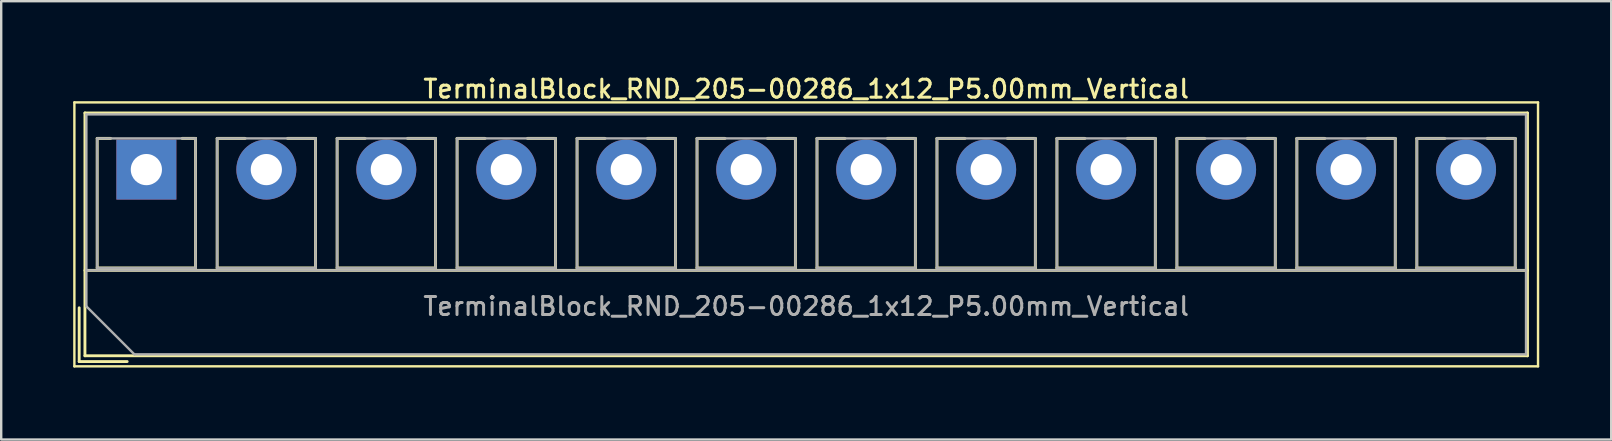
<source format=kicad_pcb>
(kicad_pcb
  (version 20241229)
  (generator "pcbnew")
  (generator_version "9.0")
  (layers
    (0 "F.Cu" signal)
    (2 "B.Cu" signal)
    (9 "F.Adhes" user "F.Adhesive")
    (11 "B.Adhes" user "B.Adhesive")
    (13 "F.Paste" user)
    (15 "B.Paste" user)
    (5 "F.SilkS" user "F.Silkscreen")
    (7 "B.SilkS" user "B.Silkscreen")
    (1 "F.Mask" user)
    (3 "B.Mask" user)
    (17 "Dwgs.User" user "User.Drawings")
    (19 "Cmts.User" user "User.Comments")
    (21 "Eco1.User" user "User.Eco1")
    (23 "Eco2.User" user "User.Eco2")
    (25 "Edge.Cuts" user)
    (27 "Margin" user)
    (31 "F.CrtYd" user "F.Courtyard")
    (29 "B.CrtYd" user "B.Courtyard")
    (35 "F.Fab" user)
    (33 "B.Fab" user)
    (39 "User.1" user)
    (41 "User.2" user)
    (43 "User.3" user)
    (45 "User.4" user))
  (footprint "TerminalBlock_RND_205-00286_1x12_P5.00mm_Vertical"
    (layer "F.Cu")
    (at 3.05 4.018)
    (property "Reference" "TerminalBlock_RND_205-00286_1x12_P5.00mm_Vertical" (at 27.5 -3.36 0) (layer "F.SilkS") (effects (font (size 0.75 0.75) (thickness 0.125))))
    (attr through_hole)
    (fp_line (start -3 -2.8) (end -3 8.2) (stroke (width 0.1) (type solid)) (layer "F.SilkS"))
    (fp_line (start -3 8.2) (end 58 8.2) (stroke (width 0.1) (type solid)) (layer "F.SilkS"))
    (fp_line (start -2.8 5.76) (end -2.8 8) (stroke (width 0.12) (type solid)) (layer "F.SilkS"))
    (fp_line (start -2.8 8) (end -0.8 8) (stroke (width 0.12) (type solid)) (layer "F.SilkS"))
    (fp_line (start -2.56 -2.36) (end -2.56 7.76) (stroke (width 0.12) (type solid)) (layer "F.SilkS"))
    (fp_line (start -2.56 -2.36) (end 57.56 -2.36) (stroke (width 0.12) (type solid)) (layer "F.SilkS"))
    (fp_line (start -2.56 4.2) (end 57.56 4.2) (stroke (width 0.12) (type solid)) (layer "F.SilkS"))
    (fp_line (start -2.56 7.76) (end 57.56 7.76) (stroke (width 0.12) (type solid)) (layer "F.SilkS"))
    (fp_line (start -2.05 -1.3) (end -2.05 4.1) (stroke (width 0.12) (type solid)) (layer "F.SilkS"))
    (fp_line (start -2.05 -1.3) (end -1.49 -1.3) (stroke (width 0.12) (type solid)) (layer "F.SilkS"))
    (fp_line (start -2.05 4.1) (end 2.05 4.1) (stroke (width 0.12) (type solid)) (layer "F.SilkS"))
    (fp_line (start 1.49 -1.3) (end 2.05 -1.3) (stroke (width 0.12) (type solid)) (layer "F.SilkS"))
    (fp_line (start 2.05 -1.3) (end 2.05 4.1) (stroke (width 0.12) (type solid)) (layer "F.SilkS"))
    (fp_line (start 2.95 -1.3) (end 2.95 4.1) (stroke (width 0.12) (type solid)) (layer "F.SilkS"))
    (fp_line (start 2.95 -1.3) (end 4.117 -1.3) (stroke (width 0.12) (type solid)) (layer "F.SilkS"))
    (fp_line (start 2.95 4.1) (end 7.05 4.1) (stroke (width 0.12) (type solid)) (layer "F.SilkS"))
    (fp_line (start 5.884 -1.3) (end 7.05 -1.3) (stroke (width 0.12) (type solid)) (layer "F.SilkS"))
    (fp_line (start 7.05 -1.3) (end 7.05 4.1) (stroke (width 0.12) (type solid)) (layer "F.SilkS"))
    (fp_line (start 7.95 -1.3) (end 7.95 4.1) (stroke (width 0.12) (type solid)) (layer "F.SilkS"))
    (fp_line (start 7.95 -1.3) (end 9.117 -1.3) (stroke (width 0.12) (type solid)) (layer "F.SilkS"))
    (fp_line (start 7.95 4.1) (end 12.05 4.1) (stroke (width 0.12) (type solid)) (layer "F.SilkS"))
    (fp_line (start 10.884 -1.3) (end 12.05 -1.3) (stroke (width 0.12) (type solid)) (layer "F.SilkS"))
    (fp_line (start 12.05 -1.3) (end 12.05 4.1) (stroke (width 0.12) (type solid)) (layer "F.SilkS"))
    (fp_line (start 12.95 -1.3) (end 12.95 4.1) (stroke (width 0.12) (type solid)) (layer "F.SilkS"))
    (fp_line (start 12.95 -1.3) (end 14.117 -1.3) (stroke (width 0.12) (type solid)) (layer "F.SilkS"))
    (fp_line (start 12.95 4.1) (end 17.05 4.1) (stroke (width 0.12) (type solid)) (layer "F.SilkS"))
    (fp_line (start 15.884 -1.3) (end 17.05 -1.3) (stroke (width 0.12) (type solid)) (layer "F.SilkS"))
    (fp_line (start 17.05 -1.3) (end 17.05 4.1) (stroke (width 0.12) (type solid)) (layer "F.SilkS"))
    (fp_line (start 17.95 -1.3) (end 17.95 4.1) (stroke (width 0.12) (type solid)) (layer "F.SilkS"))
    (fp_line (start 17.95 -1.3) (end 19.117 -1.3) (stroke (width 0.12) (type solid)) (layer "F.SilkS"))
    (fp_line (start 17.95 4.1) (end 22.05 4.1) (stroke (width 0.12) (type solid)) (layer "F.SilkS"))
    (fp_line (start 20.884 -1.3) (end 22.05 -1.3) (stroke (width 0.12) (type solid)) (layer "F.SilkS"))
    (fp_line (start 22.05 -1.3) (end 22.05 4.1) (stroke (width 0.12) (type solid)) (layer "F.SilkS"))
    (fp_line (start 22.95 -1.3) (end 22.95 4.1) (stroke (width 0.12) (type solid)) (layer "F.SilkS"))
    (fp_line (start 22.95 -1.3) (end 24.117 -1.3) (stroke (width 0.12) (type solid)) (layer "F.SilkS"))
    (fp_line (start 22.95 4.1) (end 27.05 4.1) (stroke (width 0.12) (type solid)) (layer "F.SilkS"))
    (fp_line (start 25.884 -1.3) (end 27.05 -1.3) (stroke (width 0.12) (type solid)) (layer "F.SilkS"))
    (fp_line (start 27.05 -1.3) (end 27.05 4.1) (stroke (width 0.12) (type solid)) (layer "F.SilkS"))
    (fp_line (start 27.95 -1.3) (end 27.95 4.1) (stroke (width 0.12) (type solid)) (layer "F.SilkS"))
    (fp_line (start 27.95 -1.3) (end 29.117 -1.3) (stroke (width 0.12) (type solid)) (layer "F.SilkS"))
    (fp_line (start 27.95 4.1) (end 32.05 4.1) (stroke (width 0.12) (type solid)) (layer "F.SilkS"))
    (fp_line (start 30.884 -1.3) (end 32.05 -1.3) (stroke (width 0.12) (type solid)) (layer "F.SilkS"))
    (fp_line (start 32.05 -1.3) (end 32.05 4.1) (stroke (width 0.12) (type solid)) (layer "F.SilkS"))
    (fp_line (start 32.95 -1.3) (end 32.95 4.1) (stroke (width 0.12) (type solid)) (layer "F.SilkS"))
    (fp_line (start 32.95 -1.3) (end 34.117 -1.3) (stroke (width 0.12) (type solid)) (layer "F.SilkS"))
    (fp_line (start 32.95 4.1) (end 37.05 4.1) (stroke (width 0.12) (type solid)) (layer "F.SilkS"))
    (fp_line (start 35.884 -1.3) (end 37.05 -1.3) (stroke (width 0.12) (type solid)) (layer "F.SilkS"))
    (fp_line (start 37.05 -1.3) (end 37.05 4.1) (stroke (width 0.12) (type solid)) (layer "F.SilkS"))
    (fp_line (start 37.95 -1.3) (end 37.95 4.1) (stroke (width 0.12) (type solid)) (layer "F.SilkS"))
    (fp_line (start 37.95 -1.3) (end 39.117 -1.3) (stroke (width 0.12) (type solid)) (layer "F.SilkS"))
    (fp_line (start 37.95 4.1) (end 42.05 4.1) (stroke (width 0.12) (type solid)) (layer "F.SilkS"))
    (fp_line (start 40.884 -1.3) (end 42.05 -1.3) (stroke (width 0.12) (type solid)) (layer "F.SilkS"))
    (fp_line (start 42.05 -1.3) (end 42.05 4.1) (stroke (width 0.12) (type solid)) (layer "F.SilkS"))
    (fp_line (start 42.95 -1.3) (end 42.95 4.1) (stroke (width 0.12) (type solid)) (layer "F.SilkS"))
    (fp_line (start 42.95 -1.3) (end 44.117 -1.3) (stroke (width 0.12) (type solid)) (layer "F.SilkS"))
    (fp_line (start 42.95 4.1) (end 47.05 4.1) (stroke (width 0.12) (type solid)) (layer "F.SilkS"))
    (fp_line (start 45.884 -1.3) (end 47.05 -1.3) (stroke (width 0.12) (type solid)) (layer "F.SilkS"))
    (fp_line (start 47.05 -1.3) (end 47.05 4.1) (stroke (width 0.12) (type solid)) (layer "F.SilkS"))
    (fp_line (start 47.95 -1.3) (end 47.95 4.1) (stroke (width 0.12) (type solid)) (layer "F.SilkS"))
    (fp_line (start 47.95 -1.3) (end 49.117 -1.3) (stroke (width 0.12) (type solid)) (layer "F.SilkS"))
    (fp_line (start 47.95 4.1) (end 52.05 4.1) (stroke (width 0.12) (type solid)) (layer "F.SilkS"))
    (fp_line (start 50.884 -1.3) (end 52.05 -1.3) (stroke (width 0.12) (type solid)) (layer "F.SilkS"))
    (fp_line (start 52.05 -1.3) (end 52.05 4.1) (stroke (width 0.12) (type solid)) (layer "F.SilkS"))
    (fp_line (start 52.95 -1.3) (end 52.95 4.1) (stroke (width 0.12) (type solid)) (layer "F.SilkS"))
    (fp_line (start 52.95 -1.3) (end 54.117 -1.3) (stroke (width 0.12) (type solid)) (layer "F.SilkS"))
    (fp_line (start 52.95 4.1) (end 57.05 4.1) (stroke (width 0.12) (type solid)) (layer "F.SilkS"))
    (fp_line (start 55.884 -1.3) (end 57.05 -1.3) (stroke (width 0.12) (type solid)) (layer "F.SilkS"))
    (fp_line (start 57.05 -1.3) (end 57.05 4.1) (stroke (width 0.12) (type solid)) (layer "F.SilkS"))
    (fp_line (start 57.56 -2.36) (end 57.56 7.76) (stroke (width 0.12) (type solid)) (layer "F.SilkS"))
    (fp_line (start 58 -2.8) (end -3 -2.8) (stroke (width 0.1) (type solid)) (layer "F.SilkS"))
    (fp_line (start 58 8.2) (end 58 -2.8) (stroke (width 0.1) (type solid)) (layer "F.SilkS"))
    (fp_line (start -2.5 -2.3) (end 57.5 -2.3) (stroke (width 0.1) (type solid)) (layer "F.Fab"))
    (fp_line (start -2.5 4.2) (end 57.5 4.2) (stroke (width 0.1) (type solid)) (layer "F.Fab"))
    (fp_line (start -2.5 5.7) (end -2.5 -2.3) (stroke (width 0.1) (type solid)) (layer "F.Fab"))
    (fp_line (start -2.05 -1.3) (end -2.05 4.1) (stroke (width 0.1) (type solid)) (layer "F.Fab"))
    (fp_line (start -2.05 4.1) (end 2.05 4.1) (stroke (width 0.1) (type solid)) (layer "F.Fab"))
    (fp_line (start -0.5 7.7) (end -2.5 5.7) (stroke (width 0.1) (type solid)) (layer "F.Fab"))
    (fp_line (start 2.05 -1.3) (end -2.05 -1.3) (stroke (width 0.1) (type solid)) (layer "F.Fab"))
    (fp_line (start 2.05 4.1) (end 2.05 -1.3) (stroke (width 0.1) (type solid)) (layer "F.Fab"))
    (fp_line (start 2.95 -1.3) (end 2.95 4.1) (stroke (width 0.1) (type solid)) (layer "F.Fab"))
    (fp_line (start 2.95 4.1) (end 7.05 4.1) (stroke (width 0.1) (type solid)) (layer "F.Fab"))
    (fp_line (start 7.05 -1.3) (end 2.95 -1.3) (stroke (width 0.1) (type solid)) (layer "F.Fab"))
    (fp_line (start 7.05 4.1) (end 7.05 -1.3) (stroke (width 0.1) (type solid)) (layer "F.Fab"))
    (fp_line (start 7.95 -1.3) (end 7.95 4.1) (stroke (width 0.1) (type solid)) (layer "F.Fab"))
    (fp_line (start 7.95 4.1) (end 12.05 4.1) (stroke (width 0.1) (type solid)) (layer "F.Fab"))
    (fp_line (start 12.05 -1.3) (end 7.95 -1.3) (stroke (width 0.1) (type solid)) (layer "F.Fab"))
    (fp_line (start 12.05 4.1) (end 12.05 -1.3) (stroke (width 0.1) (type solid)) (layer "F.Fab"))
    (fp_line (start 12.95 -1.3) (end 12.95 4.1) (stroke (width 0.1) (type solid)) (layer "F.Fab"))
    (fp_line (start 12.95 4.1) (end 17.05 4.1) (stroke (width 0.1) (type solid)) (layer "F.Fab"))
    (fp_line (start 17.05 -1.3) (end 12.95 -1.3) (stroke (width 0.1) (type solid)) (layer "F.Fab"))
    (fp_line (start 17.05 4.1) (end 17.05 -1.3) (stroke (width 0.1) (type solid)) (layer "F.Fab"))
    (fp_line (start 17.95 -1.3) (end 17.95 4.1) (stroke (width 0.1) (type solid)) (layer "F.Fab"))
    (fp_line (start 17.95 4.1) (end 22.05 4.1) (stroke (width 0.1) (type solid)) (layer "F.Fab"))
    (fp_line (start 22.05 -1.3) (end 17.95 -1.3) (stroke (width 0.1) (type solid)) (layer "F.Fab"))
    (fp_line (start 22.05 4.1) (end 22.05 -1.3) (stroke (width 0.1) (type solid)) (layer "F.Fab"))
    (fp_line (start 22.95 -1.3) (end 22.95 4.1) (stroke (width 0.1) (type solid)) (layer "F.Fab"))
    (fp_line (start 22.95 4.1) (end 27.05 4.1) (stroke (width 0.1) (type solid)) (layer "F.Fab"))
    (fp_line (start 27.05 -1.3) (end 22.95 -1.3) (stroke (width 0.1) (type solid)) (layer "F.Fab"))
    (fp_line (start 27.05 4.1) (end 27.05 -1.3) (stroke (width 0.1) (type solid)) (layer "F.Fab"))
    (fp_line (start 27.95 -1.3) (end 27.95 4.1) (stroke (width 0.1) (type solid)) (layer "F.Fab"))
    (fp_line (start 27.95 4.1) (end 32.05 4.1) (stroke (width 0.1) (type solid)) (layer "F.Fab"))
    (fp_line (start 32.05 -1.3) (end 27.95 -1.3) (stroke (width 0.1) (type solid)) (layer "F.Fab"))
    (fp_line (start 32.05 4.1) (end 32.05 -1.3) (stroke (width 0.1) (type solid)) (layer "F.Fab"))
    (fp_line (start 32.95 -1.3) (end 32.95 4.1) (stroke (width 0.1) (type solid)) (layer "F.Fab"))
    (fp_line (start 32.95 4.1) (end 37.05 4.1) (stroke (width 0.1) (type solid)) (layer "F.Fab"))
    (fp_line (start 37.05 -1.3) (end 32.95 -1.3) (stroke (width 0.1) (type solid)) (layer "F.Fab"))
    (fp_line (start 37.05 4.1) (end 37.05 -1.3) (stroke (width 0.1) (type solid)) (layer "F.Fab"))
    (fp_line (start 37.95 -1.3) (end 37.95 4.1) (stroke (width 0.1) (type solid)) (layer "F.Fab"))
    (fp_line (start 37.95 4.1) (end 42.05 4.1) (stroke (width 0.1) (type solid)) (layer "F.Fab"))
    (fp_line (start 42.05 -1.3) (end 37.95 -1.3) (stroke (width 0.1) (type solid)) (layer "F.Fab"))
    (fp_line (start 42.05 4.1) (end 42.05 -1.3) (stroke (width 0.1) (type solid)) (layer "F.Fab"))
    (fp_line (start 42.95 -1.3) (end 42.95 4.1) (stroke (width 0.1) (type solid)) (layer "F.Fab"))
    (fp_line (start 42.95 4.1) (end 47.05 4.1) (stroke (width 0.1) (type solid)) (layer "F.Fab"))
    (fp_line (start 47.05 -1.3) (end 42.95 -1.3) (stroke (width 0.1) (type solid)) (layer "F.Fab"))
    (fp_line (start 47.05 4.1) (end 47.05 -1.3) (stroke (width 0.1) (type solid)) (layer "F.Fab"))
    (fp_line (start 47.95 -1.3) (end 47.95 4.1) (stroke (width 0.1) (type solid)) (layer "F.Fab"))
    (fp_line (start 47.95 4.1) (end 52.05 4.1) (stroke (width 0.1) (type solid)) (layer "F.Fab"))
    (fp_line (start 52.05 -1.3) (end 47.95 -1.3) (stroke (width 0.1) (type solid)) (layer "F.Fab"))
    (fp_line (start 52.05 4.1) (end 52.05 -1.3) (stroke (width 0.1) (type solid)) (layer "F.Fab"))
    (fp_line (start 52.95 -1.3) (end 52.95 4.1) (stroke (width 0.1) (type solid)) (layer "F.Fab"))
    (fp_line (start 52.95 4.1) (end 57.05 4.1) (stroke (width 0.1) (type solid)) (layer "F.Fab"))
    (fp_line (start 57.05 -1.3) (end 52.95 -1.3) (stroke (width 0.1) (type solid)) (layer "F.Fab"))
    (fp_line (start 57.05 4.1) (end 57.05 -1.3) (stroke (width 0.1) (type solid)) (layer "F.Fab"))
    (fp_line (start 57.5 -2.3) (end 57.5 7.7) (stroke (width 0.1) (type solid)) (layer "F.Fab"))
    (fp_line (start 57.5 7.7) (end -0.5 7.7) (stroke (width 0.1) (type solid)) (layer "F.Fab"))
    (fp_text user "${REFERENCE}" (at 27.5 5.7 0) (layer "F.Fab") (effects (font (size 0.75 0.75) (thickness 0.125))))
    (pad "1" thru_hole rect (at 0 0) (size 2.5 2.5) (drill 1.3) (layers "*.Cu" "*.Mask"))
    (pad "2" thru_hole circle (at 5 0) (size 2.5 2.5) (drill 1.3) (layers "*.Cu" "*.Mask"))
    (pad "3" thru_hole circle (at 10 0) (size 2.5 2.5) (drill 1.3) (layers "*.Cu" "*.Mask"))
    (pad "4" thru_hole circle (at 15 0) (size 2.5 2.5) (drill 1.3) (layers "*.Cu" "*.Mask"))
    (pad "5" thru_hole circle (at 20 0) (size 2.5 2.5) (drill 1.3) (layers "*.Cu" "*.Mask"))
    (pad "6" thru_hole circle (at 25 0) (size 2.5 2.5) (drill 1.3) (layers "*.Cu" "*.Mask"))
    (pad "7" thru_hole circle (at 30 0) (size 2.5 2.5) (drill 1.3) (layers "*.Cu" "*.Mask"))
    (pad "8" thru_hole circle (at 35 0) (size 2.5 2.5) (drill 1.3) (layers "*.Cu" "*.Mask"))
    (pad "9" thru_hole circle (at 40 0) (size 2.5 2.5) (drill 1.3) (layers "*.Cu" "*.Mask"))
    (pad "10" thru_hole circle (at 45 0) (size 2.5 2.5) (drill 1.3) (layers "*.Cu" "*.Mask"))
    (pad "11" thru_hole circle (at 50 0) (size 2.5 2.5) (drill 1.3) (layers "*.Cu" "*.Mask"))
    (pad "12" thru_hole circle (at 55 0) (size 2.5 2.5) (drill 1.3) (layers "*.Cu" "*.Mask")))
  (gr_rect
    (start -3 -3)
    (end 64.1 15.268)
    (stroke (width 0.1) (type default))
    (fill no)
    (layer "Edge.Cuts")))
</source>
